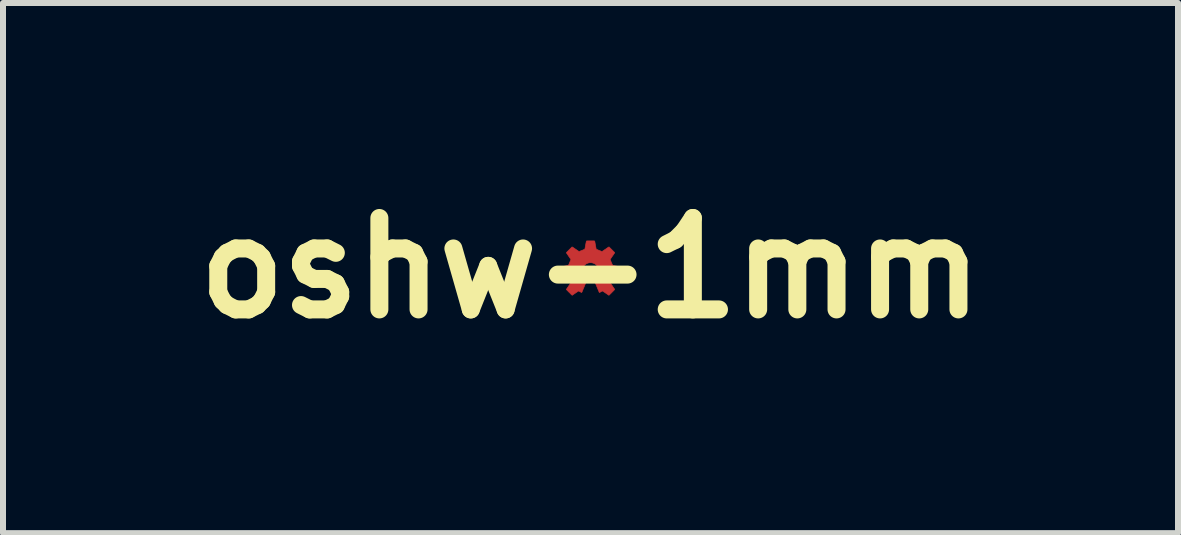
<source format=kicad_pcb>
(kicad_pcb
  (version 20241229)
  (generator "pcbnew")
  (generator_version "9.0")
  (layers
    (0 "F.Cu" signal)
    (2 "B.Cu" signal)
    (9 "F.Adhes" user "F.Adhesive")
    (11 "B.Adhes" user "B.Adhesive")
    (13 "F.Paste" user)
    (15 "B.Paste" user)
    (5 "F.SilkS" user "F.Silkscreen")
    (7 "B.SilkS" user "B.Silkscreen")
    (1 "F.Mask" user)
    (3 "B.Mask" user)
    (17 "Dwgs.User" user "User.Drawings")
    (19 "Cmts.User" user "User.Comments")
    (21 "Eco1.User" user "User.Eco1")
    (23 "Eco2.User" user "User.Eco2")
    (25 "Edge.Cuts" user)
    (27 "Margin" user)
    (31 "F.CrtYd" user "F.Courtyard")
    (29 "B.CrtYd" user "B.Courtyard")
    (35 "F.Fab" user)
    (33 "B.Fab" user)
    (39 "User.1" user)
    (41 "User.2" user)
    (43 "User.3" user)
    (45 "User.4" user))
  (footprint "oshw-1mm"
    (layer "F.Cu")
    (at 6.793 1.418)
    (property "Reference" "oshw-1mm" (at 0 0 0) (layer "F.SilkS") (effects (font (size 1.524 1.524) (thickness 0.3))))
    (attr through_hole)
    (fp_poly (pts (xy 0.01 -0.453) (xy 0.02 -0.453) (xy 0.028 -0.453) (xy 0.035 -0.453) (xy 0.041 -0.453) (xy 0.047 -0.453) (xy 0.051 -0.453) (xy 0.055 -0.453) (xy 0.058 -0.452) (xy 0.06 -0.452) (xy 0.062 -0.452) (xy 0.064 -0.452) (xy 0.065 -0.452) (xy 0.066 -0.452) (xy 0.066 -0.452) (xy 0.067 -0.452) (xy 0.067 -0.451) (xy 0.069 -0.45) (xy 0.07 -0.449) (xy 0.07 -0.449) (xy 0.07 -0.448) (xy 0.07 -0.446) (xy 0.071 -0.443) (xy 0.072 -0.439) (xy 0.073 -0.434) (xy 0.074 -0.428) (xy 0.075 -0.421) (xy 0.076 -0.414) (xy 0.078 -0.407) (xy 0.079 -0.398) (xy 0.081 -0.39) (xy 0.082 -0.385) (xy 0.083 -0.377) (xy 0.085 -0.368) (xy 0.086 -0.36) (xy 0.088 -0.353) (xy 0.089 -0.346) (xy 0.09 -0.34) (xy 0.091 -0.334) (xy 0.092 -0.329) (xy 0.093 -0.326) (xy 0.093 -0.323) (xy 0.094 -0.321) (xy 0.094 -0.321) (xy 0.094 -0.32) (xy 0.094 -0.319) (xy 0.095 -0.318) (xy 0.095 -0.317) (xy 0.096 -0.316) (xy 0.097 -0.315) (xy 0.098 -0.314) (xy 0.1 -0.313) (xy 0.102 -0.312) (xy 0.105 -0.31) (xy 0.109 -0.309) (xy 0.113 -0.307) (xy 0.119 -0.305) (xy 0.125 -0.302) (xy 0.132 -0.299) (xy 0.14 -0.296) (xy 0.143 -0.295) (xy 0.152 -0.291) (xy 0.159 -0.288) (xy 0.166 -0.286) (xy 0.171 -0.283) (xy 0.176 -0.281) (xy 0.18 -0.28) (xy 0.183 -0.279) (xy 0.186 -0.278) (xy 0.188 -0.277) (xy 0.19 -0.277) (xy 0.192 -0.277) (xy 0.193 -0.277) (xy 0.194 -0.277) (xy 0.195 -0.278) (xy 0.196 -0.278) (xy 0.197 -0.279) (xy 0.198 -0.28) (xy 0.199 -0.28) (xy 0.201 -0.282) (xy 0.204 -0.284) (xy 0.208 -0.286) (xy 0.212 -0.289) (xy 0.217 -0.293) (xy 0.223 -0.297) (xy 0.229 -0.301) (xy 0.236 -0.306) (xy 0.243 -0.31) (xy 0.25 -0.315) (xy 0.253 -0.317) (xy 0.261 -0.323) (xy 0.269 -0.328) (xy 0.275 -0.333) (xy 0.281 -0.336) (xy 0.286 -0.34) (xy 0.29 -0.343) (xy 0.293 -0.345) (xy 0.296 -0.347) (xy 0.299 -0.348) (xy 0.301 -0.35) (xy 0.302 -0.351) (xy 0.303 -0.351) (xy 0.304 -0.352) (xy 0.305 -0.352) (xy 0.306 -0.352) (xy 0.306 -0.352) (xy 0.309 -0.352) (xy 0.356 -0.305) (xy 0.363 -0.298) (xy 0.37 -0.291) (xy 0.376 -0.285) (xy 0.381 -0.28) (xy 0.385 -0.276) (xy 0.389 -0.272) (xy 0.392 -0.269) (xy 0.395 -0.266) (xy 0.397 -0.264) (xy 0.398 -0.262) (xy 0.4 -0.261) (xy 0.401 -0.259) (xy 0.401 -0.259) (xy 0.402 -0.258) (xy 0.402 -0.257) (xy 0.402 -0.257) (xy 0.402 -0.256) (xy 0.402 -0.256) (xy 0.402 -0.254) (xy 0.401 -0.252) (xy 0.401 -0.252) (xy 0.401 -0.251) (xy 0.399 -0.249) (xy 0.398 -0.247) (xy 0.395 -0.243) (xy 0.393 -0.239) (xy 0.389 -0.234) (xy 0.385 -0.229) (xy 0.381 -0.223) (xy 0.377 -0.216) (xy 0.373 -0.21) (xy 0.368 -0.203) (xy 0.367 -0.202) (xy 0.362 -0.195) (xy 0.357 -0.188) (xy 0.353 -0.181) (xy 0.349 -0.175) (xy 0.345 -0.169) (xy 0.341 -0.164) (xy 0.338 -0.16) (xy 0.336 -0.156) (xy 0.333 -0.153) (xy 0.332 -0.151) (xy 0.331 -0.149) (xy 0.331 -0.149) (xy 0.33 -0.148) (xy 0.33 -0.147) (xy 0.329 -0.146) (xy 0.329 -0.145) (xy 0.328 -0.144) (xy 0.328 -0.143) (xy 0.328 -0.141) (xy 0.329 -0.139) (xy 0.33 -0.137) (xy 0.331 -0.134) (xy 0.332 -0.131) (xy 0.334 -0.127) (xy 0.336 -0.122) (xy 0.338 -0.116) (xy 0.341 -0.109) (xy 0.344 -0.102) (xy 0.347 -0.094) (xy 0.35 -0.087) (xy 0.353 -0.08) (xy 0.356 -0.074) (xy 0.359 -0.068) (xy 0.361 -0.063) (xy 0.363 -0.058) (xy 0.365 -0.054) (xy 0.366 -0.051) (xy 0.367 -0.049) (xy 0.367 -0.048) (xy 0.367 -0.048) (xy 0.369 -0.046) (xy 0.37 -0.045) (xy 0.37 -0.045) (xy 0.371 -0.044) (xy 0.371 -0.044) (xy 0.371 -0.044) (xy 0.372 -0.044) (xy 0.372 -0.044) (xy 0.373 -0.043) (xy 0.375 -0.043) (xy 0.376 -0.043) (xy 0.378 -0.042) (xy 0.381 -0.042) (xy 0.384 -0.041) (xy 0.388 -0.04) (xy 0.393 -0.039) (xy 0.398 -0.038) (xy 0.405 -0.037) (xy 0.412 -0.036) (xy 0.42 -0.034) (xy 0.43 -0.033) (xy 0.44 -0.031) (xy 0.446 -0.03) (xy 0.454 -0.028) (xy 0.461 -0.027) (xy 0.468 -0.026) (xy 0.474 -0.024) (xy 0.48 -0.023) (xy 0.485 -0.022) (xy 0.49 -0.021) (xy 0.493 -0.021) (xy 0.495 -0.02) (xy 0.497 -0.02) (xy 0.497 -0.02) (xy 0.499 -0.019) (xy 0.501 -0.018) (xy 0.501 -0.018) (xy 0.503 -0.016) (xy 0.503 0.05) (xy 0.503 0.06) (xy 0.503 0.069) (xy 0.503 0.078) (xy 0.503 0.085) (xy 0.503 0.091) (xy 0.503 0.096) (xy 0.503 0.101) (xy 0.503 0.105) (xy 0.503 0.108) (xy 0.503 0.11) (xy 0.503 0.112) (xy 0.503 0.114) (xy 0.502 0.115) (xy 0.502 0.116) (xy 0.502 0.116) (xy 0.502 0.117) (xy 0.502 0.117) (xy 0.502 0.117) (xy 0.5 0.119) (xy 0.498 0.12) (xy 0.497 0.12) (xy 0.495 0.121) (xy 0.492 0.121) (xy 0.488 0.122) (xy 0.483 0.123) (xy 0.478 0.124) (xy 0.472 0.125) (xy 0.465 0.126) (xy 0.458 0.128) (xy 0.456 0.128) (xy 0.444 0.13) (xy 0.434 0.132) (xy 0.425 0.134) (xy 0.416 0.136) (xy 0.409 0.137) (xy 0.403 0.138) (xy 0.397 0.139) (xy 0.393 0.14) (xy 0.389 0.141) (xy 0.386 0.141) (xy 0.383 0.142) (xy 0.381 0.142) (xy 0.379 0.143) (xy 0.378 0.143) (xy 0.377 0.143) (xy 0.376 0.143) (xy 0.376 0.143) (xy 0.376 0.143) (xy 0.374 0.144) (xy 0.372 0.146) (xy 0.372 0.146) (xy 0.372 0.147) (xy 0.371 0.149) (xy 0.369 0.152) (xy 0.368 0.155) (xy 0.366 0.16) (xy 0.363 0.166) (xy 0.361 0.172) (xy 0.358 0.178) (xy 0.355 0.185) (xy 0.352 0.193) (xy 0.351 0.197) (xy 0.347 0.206) (xy 0.344 0.213) (xy 0.342 0.22) (xy 0.339 0.225) (xy 0.337 0.23) (xy 0.336 0.234) (xy 0.335 0.238) (xy 0.334 0.24) (xy 0.333 0.243) (xy 0.332 0.244) (xy 0.332 0.246) (xy 0.332 0.247) (xy 0.332 0.247) (xy 0.332 0.248) (xy 0.332 0.249) (xy 0.332 0.249) (xy 0.332 0.25) (xy 0.332 0.251) (xy 0.333 0.252) (xy 0.335 0.254) (xy 0.336 0.257) (xy 0.338 0.26) (xy 0.341 0.263) (xy 0.343 0.268) (xy 0.347 0.273) (xy 0.351 0.279) (xy 0.356 0.286) (xy 0.361 0.293) (xy 0.367 0.302) (xy 0.367 0.302) (xy 0.372 0.31) (xy 0.377 0.317) (xy 0.381 0.323) (xy 0.385 0.329) (xy 0.389 0.335) (xy 0.393 0.34) (xy 0.396 0.344) (xy 0.398 0.348) (xy 0.4 0.351) (xy 0.401 0.353) (xy 0.402 0.355) (xy 0.402 0.355) (xy 0.402 0.357) (xy 0.402 0.358) (xy 0.402 0.359) (xy 0.4 0.36) (xy 0.398 0.363) (xy 0.395 0.366) (xy 0.391 0.37) (xy 0.387 0.375) (xy 0.381 0.38) (xy 0.375 0.387) (xy 0.368 0.394) (xy 0.36 0.402) (xy 0.356 0.405) (xy 0.35 0.412) (xy 0.344 0.418) (xy 0.338 0.424) (xy 0.333 0.429) (xy 0.328 0.434) (xy 0.323 0.438) (xy 0.319 0.442) (xy 0.316 0.446) (xy 0.313 0.448) (xy 0.311 0.45) (xy 0.31 0.451) (xy 0.309 0.452) (xy 0.307 0.453) (xy 0.304 0.452) (xy 0.301 0.451) (xy 0.301 0.451) (xy 0.3 0.45) (xy 0.298 0.449) (xy 0.295 0.447) (xy 0.291 0.444) (xy 0.287 0.441) (xy 0.282 0.438) (xy 0.277 0.434) (xy 0.271 0.43) (xy 0.264 0.426) (xy 0.258 0.421) (xy 0.251 0.417) (xy 0.245 0.412) (xy 0.238 0.408) (xy 0.232 0.403) (xy 0.226 0.399) (xy 0.22 0.396) (xy 0.216 0.392) (xy 0.212 0.39) (xy 0.208 0.387) (xy 0.206 0.386) (xy 0.204 0.384) (xy 0.203 0.384) (xy 0.2 0.383) (xy 0.199 0.383) (xy 0.197 0.383) (xy 0.195 0.384) (xy 0.192 0.386) (xy 0.188 0.388) (xy 0.183 0.39) (xy 0.178 0.393) (xy 0.174 0.395) (xy 0.168 0.399) (xy 0.163 0.401) (xy 0.159 0.403) (xy 0.155 0.405) (xy 0.153 0.406) (xy 0.151 0.407) (xy 0.149 0.407) (xy 0.148 0.407) (xy 0.147 0.407) (xy 0.147 0.407) (xy 0.146 0.406) (xy 0.146 0.406) (xy 0.145 0.404) (xy 0.143 0.401) (xy 0.142 0.397) (xy 0.14 0.392) (xy 0.137 0.386) (xy 0.134 0.379) (xy 0.131 0.371) (xy 0.127 0.362) (xy 0.123 0.353) (xy 0.119 0.342) (xy 0.114 0.331) (xy 0.109 0.319) (xy 0.104 0.306) (xy 0.1 0.296) (xy 0.094 0.283) (xy 0.089 0.271) (xy 0.085 0.26) (xy 0.08 0.25) (xy 0.077 0.241) (xy 0.073 0.233) (xy 0.07 0.225) (xy 0.068 0.219) (xy 0.065 0.213) (xy 0.063 0.208) (xy 0.062 0.204) (xy 0.06 0.2) (xy 0.059 0.197) (xy 0.058 0.194) (xy 0.057 0.192) (xy 0.056 0.19) (xy 0.056 0.189) (xy 0.056 0.188) (xy 0.055 0.187) (xy 0.055 0.186) (xy 0.055 0.186) (xy 0.055 0.185) (xy 0.055 0.185) (xy 0.056 0.184) (xy 0.057 0.183) (xy 0.058 0.181) (xy 0.06 0.18) (xy 0.063 0.178) (xy 0.064 0.178) (xy 0.067 0.176) (xy 0.07 0.174) (xy 0.073 0.172) (xy 0.073 0.171) (xy 0.076 0.17) (xy 0.079 0.167) (xy 0.082 0.165) (xy 0.084 0.164) (xy 0.094 0.155) (xy 0.103 0.146) (xy 0.112 0.136) (xy 0.119 0.125) (xy 0.121 0.123) (xy 0.127 0.112) (xy 0.131 0.1) (xy 0.135 0.088) (xy 0.138 0.076) (xy 0.14 0.067) (xy 0.14 0.063) (xy 0.14 0.057) (xy 0.14 0.051) (xy 0.14 0.045) (xy 0.14 0.039) (xy 0.139 0.034) (xy 0.139 0.031) (xy 0.136 0.018) (xy 0.133 0.005) (xy 0.128 -0.007) (xy 0.122 -0.018) (xy 0.115 -0.029) (xy 0.107 -0.04) (xy 0.099 -0.049) (xy 0.089 -0.058) (xy 0.079 -0.065) (xy 0.067 -0.072) (xy 0.062 -0.075) (xy 0.05 -0.08) (xy 0.038 -0.084) (xy 0.026 -0.087) (xy 0.013 -0.089) (xy 0 -0.089) (xy -0.011 -0.089) (xy -0.022 -0.088) (xy -0.032 -0.086) (xy -0.042 -0.083) (xy -0.044 -0.082) (xy -0.056 -0.078) (xy -0.068 -0.072) (xy -0.079 -0.065) (xy -0.089 -0.057) (xy -0.099 -0.049) (xy -0.108 -0.039) (xy -0.115 -0.029) (xy -0.122 -0.018) (xy -0.128 -0.007) (xy -0.133 0.006) (xy -0.133 0.006) (xy -0.136 0.015) (xy -0.138 0.024) (xy -0.139 0.033) (xy -0.14 0.042) (xy -0.14 0.052) (xy -0.14 0.061) (xy -0.139 0.07) (xy -0.138 0.078) (xy -0.136 0.086) (xy -0.133 0.095) (xy -0.129 0.107) (xy -0.123 0.119) (xy -0.116 0.13) (xy -0.108 0.141) (xy -0.099 0.15) (xy -0.089 0.159) (xy -0.084 0.164) (xy -0.081 0.166) (xy -0.078 0.168) (xy -0.076 0.17) (xy -0.074 0.171) (xy -0.072 0.172) (xy -0.069 0.174) (xy -0.066 0.176) (xy -0.065 0.177) (xy -0.061 0.179) (xy -0.059 0.181) (xy -0.057 0.182) (xy -0.056 0.183) (xy -0.056 0.184) (xy -0.055 0.185) (xy -0.055 0.186) (xy -0.055 0.186) (xy -0.055 0.186) (xy -0.055 0.187) (xy -0.056 0.188) (xy -0.056 0.189) (xy -0.057 0.191) (xy -0.057 0.193) (xy -0.058 0.195) (xy -0.059 0.198) (xy -0.061 0.202) (xy -0.062 0.206) (xy -0.064 0.21) (xy -0.066 0.216) (xy -0.069 0.222) (xy -0.072 0.229) (xy -0.075 0.237) (xy -0.079 0.245) (xy -0.082 0.255) (xy -0.087 0.265) (xy -0.092 0.277) (xy -0.097 0.289) (xy -0.1 0.296) (xy -0.105 0.309) (xy -0.11 0.322) (xy -0.115 0.333) (xy -0.12 0.344) (xy -0.124 0.354) (xy -0.128 0.364) (xy -0.131 0.372) (xy -0.135 0.38) (xy -0.137 0.387) (xy -0.14 0.393) (xy -0.142 0.398) (xy -0.144 0.401) (xy -0.145 0.404) (xy -0.146 0.406) (xy -0.146 0.406) (xy -0.148 0.407) (xy -0.149 0.407) (xy -0.15 0.407) (xy -0.152 0.406) (xy -0.156 0.405) (xy -0.16 0.402) (xy -0.165 0.4) (xy -0.172 0.396) (xy -0.173 0.395) (xy -0.178 0.393) (xy -0.183 0.39) (xy -0.187 0.388) (xy -0.191 0.386) (xy -0.194 0.385) (xy -0.196 0.384) (xy -0.198 0.383) (xy -0.198 0.383) (xy -0.2 0.383) (xy -0.202 0.383) (xy -0.203 0.384) (xy -0.204 0.385) (xy -0.207 0.387) (xy -0.21 0.389) (xy -0.215 0.392) (xy -0.219 0.395) (xy -0.225 0.399) (xy -0.231 0.403) (xy -0.237 0.407) (xy -0.244 0.411) (xy -0.249 0.415) (xy -0.256 0.42) (xy -0.263 0.425) (xy -0.269 0.429) (xy -0.275 0.433) (xy -0.281 0.437) (xy -0.286 0.44) (xy -0.29 0.443) (xy -0.294 0.446) (xy -0.297 0.448) (xy -0.299 0.449) (xy -0.299 0.45) (xy -0.302 0.452) (xy -0.305 0.453) (xy -0.307 0.453) (xy -0.309 0.452) (xy -0.31 0.451) (xy -0.31 0.451) (xy -0.312 0.449) (xy -0.314 0.447) (xy -0.317 0.444) (xy -0.321 0.441) (xy -0.325 0.437) (xy -0.33 0.432) (xy -0.335 0.427) (xy -0.34 0.421) (xy -0.346 0.415) (xy -0.352 0.409) (xy -0.357 0.405) (xy -0.365 0.397) (xy -0.373 0.389) (xy -0.379 0.382) (xy -0.385 0.376) (xy -0.39 0.371) (xy -0.394 0.367) (xy -0.397 0.364) (xy -0.4 0.361) (xy -0.401 0.359) (xy -0.402 0.358) (xy -0.402 0.358) (xy -0.402 0.356) (xy -0.402 0.355) (xy -0.402 0.354) (xy -0.401 0.352) (xy -0.399 0.35) (xy -0.397 0.346) (xy -0.394 0.342) (xy -0.391 0.337) (xy -0.387 0.332) (xy -0.383 0.326) (xy -0.379 0.32) (xy -0.374 0.313) (xy -0.369 0.306) (xy -0.367 0.302) (xy -0.361 0.294) (xy -0.356 0.286) (xy -0.351 0.279) (xy -0.347 0.273) (xy -0.344 0.268) (xy -0.341 0.263) (xy -0.338 0.26) (xy -0.336 0.257) (xy -0.335 0.254) (xy -0.333 0.252) (xy -0.333 0.251) (xy -0.332 0.25) (xy -0.332 0.249) (xy -0.332 0.249) (xy -0.332 0.248) (xy -0.332 0.248) (xy -0.332 0.247) (xy -0.332 0.246) (xy -0.332 0.245) (xy -0.332 0.244) (xy -0.333 0.242) (xy -0.334 0.24) (xy -0.335 0.237) (xy -0.336 0.233) (xy -0.338 0.229) (xy -0.34 0.224) (xy -0.342 0.218) (xy -0.345 0.211) (xy -0.348 0.203) (xy -0.351 0.197) (xy -0.354 0.189) (xy -0.357 0.182) (xy -0.359 0.175) (xy -0.362 0.169) (xy -0.364 0.163) (xy -0.366 0.158) (xy -0.368 0.154) (xy -0.37 0.151) (xy -0.371 0.148) (xy -0.372 0.146) (xy -0.372 0.146) (xy -0.373 0.145) (xy -0.375 0.144) (xy -0.376 0.143) (xy -0.378 0.143) (xy -0.381 0.142) (xy -0.385 0.142) (xy -0.39 0.141) (xy -0.396 0.139) (xy -0.402 0.138) (xy -0.409 0.137) (xy -0.417 0.135) (xy -0.425 0.134) (xy -0.433 0.132) (xy -0.437 0.132) (xy -0.445 0.13) (xy -0.453 0.129) (xy -0.461 0.127) (xy -0.468 0.126) (xy -0.475 0.125) (xy -0.481 0.123) (xy -0.487 0.122) (xy -0.491 0.122) (xy -0.494 0.121) (xy -0.497 0.12) (xy -0.498 0.12) (xy -0.498 0.12) (xy -0.5 0.119) (xy -0.502 0.117) (xy -0.502 0.117) (xy -0.502 0.117) (xy -0.502 0.116) (xy -0.502 0.115) (xy -0.503 0.114) (xy -0.503 0.113) (xy -0.503 0.111) (xy -0.503 0.108) (xy -0.503 0.106) (xy -0.503 0.102) (xy -0.503 0.098) (xy -0.503 0.092) (xy -0.503 0.086) (xy -0.503 0.079) (xy -0.503 0.071) (xy -0.503 0.062) (xy -0.503 0.052) (xy -0.503 0.05) (xy -0.503 -0.016) (xy -0.501 -0.018) (xy -0.501 -0.018) (xy -0.501 -0.018) (xy -0.501 -0.019) (xy -0.5 -0.019) (xy -0.5 -0.019) (xy -0.499 -0.019) (xy -0.499 -0.019) (xy -0.497 -0.02) (xy -0.496 -0.02) (xy -0.494 -0.021) (xy -0.491 -0.021) (xy -0.488 -0.022) (xy -0.484 -0.023) (xy -0.479 -0.023) (xy -0.473 -0.024) (xy -0.467 -0.026) (xy -0.459 -0.027) (xy -0.451 -0.029) (xy -0.441 -0.03) (xy -0.433 -0.032) (xy -0.423 -0.034) (xy -0.413 -0.036) (xy -0.406 -0.037) (xy -0.399 -0.038) (xy -0.393 -0.04) (xy -0.387 -0.041) (xy -0.383 -0.041) (xy -0.38 -0.042) (xy -0.377 -0.043) (xy -0.374 -0.043) (xy -0.372 -0.044) (xy -0.371 -0.045) (xy -0.37 -0.045) (xy -0.369 -0.046) (xy -0.369 -0.046) (xy -0.368 -0.047) (xy -0.368 -0.047) (xy -0.367 -0.048) (xy -0.367 -0.048) (xy -0.367 -0.049) (xy -0.366 -0.051) (xy -0.365 -0.054) (xy -0.363 -0.057) (xy -0.361 -0.062) (xy -0.359 -0.067) (xy -0.356 -0.073) (xy -0.354 -0.079) (xy -0.351 -0.086) (xy -0.348 -0.093) (xy -0.347 -0.094) (xy -0.344 -0.103) (xy -0.34 -0.111) (xy -0.338 -0.117) (xy -0.335 -0.123) (xy -0.333 -0.127) (xy -0.332 -0.131) (xy -0.33 -0.135) (xy -0.329 -0.138) (xy -0.329 -0.14) (xy -0.328 -0.142) (xy -0.328 -0.143) (xy -0.328 -0.144) (xy -0.329 -0.145) (xy -0.329 -0.146) (xy -0.33 -0.147) (xy -0.33 -0.148) (xy -0.331 -0.149) (xy -0.332 -0.151) (xy -0.333 -0.153) (xy -0.335 -0.156) (xy -0.338 -0.159) (xy -0.341 -0.164) (xy -0.345 -0.169) (xy -0.348 -0.175) (xy -0.353 -0.181) (xy -0.357 -0.187) (xy -0.362 -0.194) (xy -0.367 -0.201) (xy -0.367 -0.202) (xy -0.372 -0.209) (xy -0.377 -0.216) (xy -0.381 -0.223) (xy -0.385 -0.229) (xy -0.389 -0.234) (xy -0.393 -0.239) (xy -0.395 -0.243) (xy -0.398 -0.247) (xy -0.4 -0.25) (xy -0.401 -0.252) (xy -0.402 -0.252) (xy -0.402 -0.253) (xy -0.402 -0.254) (xy -0.402 -0.256) (xy -0.402 -0.256) (xy -0.402 -0.257) (xy -0.402 -0.257) (xy -0.402 -0.258) (xy -0.402 -0.258) (xy -0.401 -0.259) (xy -0.4 -0.26) (xy -0.399 -0.262) (xy -0.397 -0.263) (xy -0.395 -0.265) (xy -0.393 -0.268) (xy -0.39 -0.271) (xy -0.386 -0.275) (xy -0.382 -0.279) (xy -0.377 -0.284) (xy -0.371 -0.29) (xy -0.365 -0.296) (xy -0.358 -0.303) (xy -0.356 -0.305) (xy -0.309 -0.352) (xy -0.306 -0.352) (xy -0.306 -0.352) (xy -0.306 -0.352) (xy -0.305 -0.352) (xy -0.305 -0.352) (xy -0.305 -0.352) (xy -0.304 -0.352) (xy -0.303 -0.352) (xy -0.303 -0.351) (xy -0.301 -0.35) (xy -0.3 -0.349) (xy -0.298 -0.348) (xy -0.295 -0.346) (xy -0.293 -0.344) (xy -0.289 -0.342) (xy -0.285 -0.339) (xy -0.28 -0.336) (xy -0.275 -0.333) (xy -0.269 -0.328) (xy -0.262 -0.324) (xy -0.254 -0.318) (xy -0.246 -0.312) (xy -0.236 -0.306) (xy -0.228 -0.3) (xy -0.221 -0.296) (xy -0.215 -0.292) (xy -0.21 -0.288) (xy -0.206 -0.285) (xy -0.203 -0.283) (xy -0.2 -0.281) (xy -0.197 -0.28) (xy -0.196 -0.279) (xy -0.194 -0.278) (xy -0.193 -0.277) (xy -0.192 -0.277) (xy -0.192 -0.277) (xy -0.191 -0.277) (xy -0.19 -0.277) (xy -0.19 -0.277) (xy -0.189 -0.277) (xy -0.187 -0.277) (xy -0.186 -0.278) (xy -0.183 -0.279) (xy -0.18 -0.28) (xy -0.177 -0.281) (xy -0.173 -0.283) (xy -0.168 -0.285) (xy -0.162 -0.287) (xy -0.155 -0.29) (xy -0.147 -0.293) (xy -0.143 -0.295) (xy -0.136 -0.297) (xy -0.13 -0.3) (xy -0.123 -0.303) (xy -0.117 -0.305) (xy -0.112 -0.308) (xy -0.108 -0.309) (xy -0.104 -0.311) (xy -0.101 -0.312) (xy -0.099 -0.313) (xy -0.098 -0.314) (xy -0.098 -0.314) (xy -0.098 -0.314) (xy -0.097 -0.314) (xy -0.097 -0.315) (xy -0.096 -0.316) (xy -0.096 -0.316) (xy -0.095 -0.318) (xy -0.095 -0.319) (xy -0.094 -0.321) (xy -0.094 -0.324) (xy -0.093 -0.327) (xy -0.092 -0.33) (xy -0.091 -0.335) (xy -0.09 -0.34) (xy -0.089 -0.346) (xy -0.088 -0.353) (xy -0.086 -0.361) (xy -0.085 -0.37) (xy -0.083 -0.381) (xy -0.082 -0.382) (xy -0.081 -0.391) (xy -0.079 -0.4) (xy -0.078 -0.408) (xy -0.076 -0.415) (xy -0.075 -0.422) (xy -0.074 -0.429) (xy -0.072 -0.434) (xy -0.072 -0.439) (xy -0.071 -0.443) (xy -0.07 -0.446) (xy -0.07 -0.448) (xy -0.07 -0.449) (xy -0.069 -0.45) (xy -0.067 -0.451) (xy -0.067 -0.451) (xy -0.067 -0.452) (xy -0.066 -0.452) (xy -0.066 -0.452) (xy -0.065 -0.452) (xy -0.064 -0.452) (xy -0.062 -0.452) (xy -0.06 -0.452) (xy -0.058 -0.452) (xy -0.054 -0.453) (xy -0.051 -0.453) (xy -0.046 -0.453) (xy -0.041 -0.453) (xy -0.035 -0.453) (xy -0.027 -0.453) (xy -0.019 -0.453) (xy -0.01 -0.453) (xy 0 -0.453) (xy 0.01 -0.453)) (stroke (width 0.01) (type solid)) (fill yes) (layer "F.Cu")))
  (gr_rect
    (start -3 -3)
    (end 16.585 5.836)
    (stroke (width 0.1) (type default))
    (fill no)
    (layer "Edge.Cuts")))
</source>
